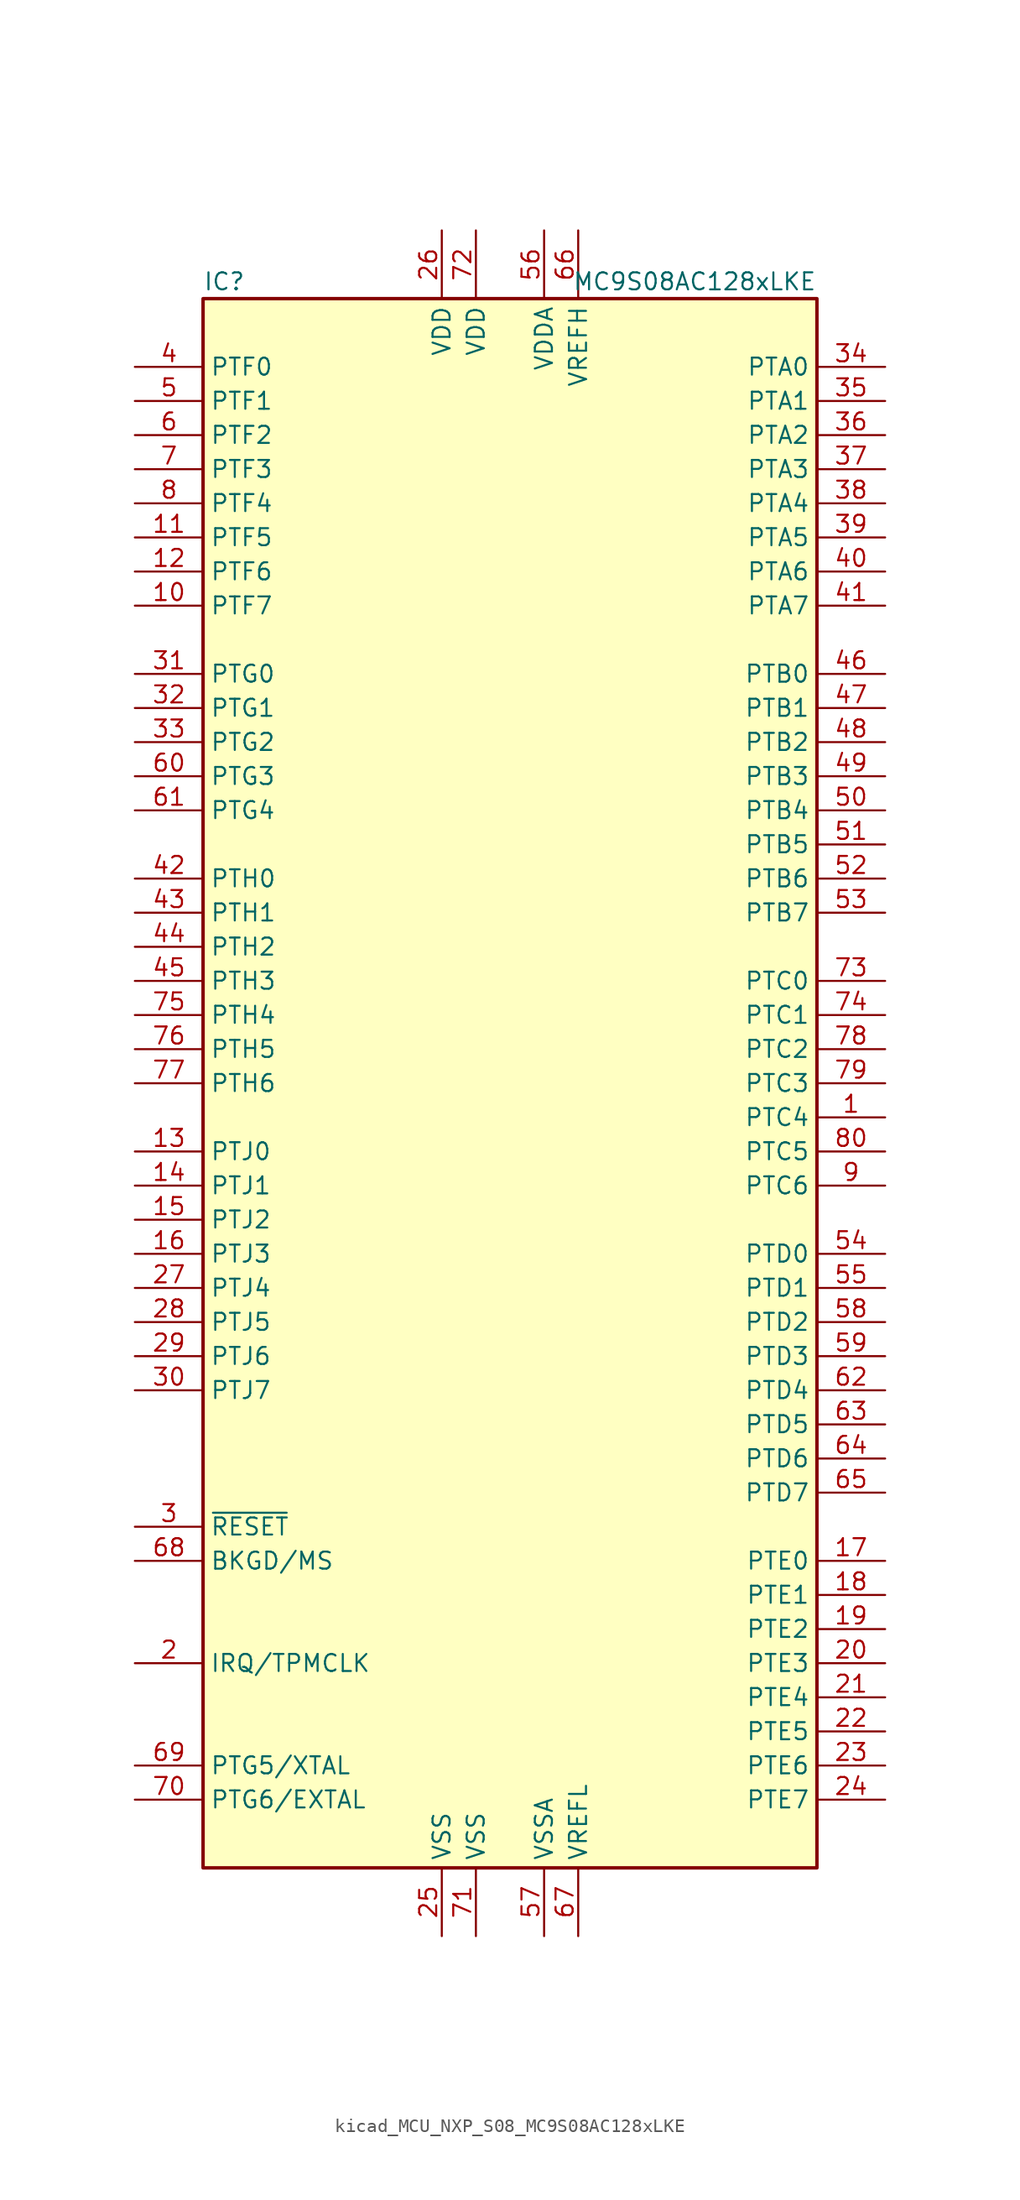
<source format=kicad_sym>
(kicad_symbol_lib
  (version 20220914)
  (generator kicad_symbol_editor)
  (symbol "kicad_MCU_NXP_S08_MC9S08AC128xLKE"
    (property "Reference" "IC"
      (at -22.86 59.69 0)
      (effects (font (size 1.27 1.27)) (justify left)))
    (property "Value" "MC9S08AC128xLKE"
      (at 22.86 59.69 0)
      (effects (font (size 1.27 1.27)) (justify right)))
    (symbol "kicad_MCU_NXP_S08_MC9S08AC128xLKE_0_1"
      (rectangle (start -22.86 58.42) (end 22.86 -58.42) (stroke (width 0.254) (type default)) (fill (type background))))
    (symbol "kicad_MCU_NXP_S08_MC9S08AC128xLKE_1_1"
      (pin bidirectional line (at 27.94 -2.54 180) (length 5.08) (name "PTC4" (effects (font (size 1.27 1.27)))) (number "1" (effects (font (size 1.27 1.27)))))
      (pin bidirectional line (at -27.94 35.56 0) (length 5.08) (name "PTF7" (effects (font (size 1.27 1.27)))) (number "10" (effects (font (size 1.27 1.27)))))
      (pin bidirectional line (at -27.94 40.64 0) (length 5.08) (name "PTF5" (effects (font (size 1.27 1.27)))) (number "11" (effects (font (size 1.27 1.27)))))
      (pin bidirectional line (at -27.94 38.1 0) (length 5.08) (name "PTF6" (effects (font (size 1.27 1.27)))) (number "12" (effects (font (size 1.27 1.27)))))
      (pin bidirectional line (at -27.94 -5.08 0) (length 5.08) (name "PTJ0" (effects (font (size 1.27 1.27)))) (number "13" (effects (font (size 1.27 1.27)))))
      (pin bidirectional line (at -27.94 -7.62 0) (length 5.08) (name "PTJ1" (effects (font (size 1.27 1.27)))) (number "14" (effects (font (size 1.27 1.27)))))
      (pin bidirectional line (at -27.94 -10.16 0) (length 5.08) (name "PTJ2" (effects (font (size 1.27 1.27)))) (number "15" (effects (font (size 1.27 1.27)))))
      (pin bidirectional line (at -27.94 -12.7 0) (length 5.08) (name "PTJ3" (effects (font (size 1.27 1.27)))) (number "16" (effects (font (size 1.27 1.27)))))
      (pin bidirectional line (at 27.94 -35.56 180) (length 5.08) (name "PTE0" (effects (font (size 1.27 1.27)))) (number "17" (effects (font (size 1.27 1.27)))))
      (pin bidirectional line (at 27.94 -38.1 180) (length 5.08) (name "PTE1" (effects (font (size 1.27 1.27)))) (number "18" (effects (font (size 1.27 1.27)))))
      (pin bidirectional line (at 27.94 -40.64 180) (length 5.08) (name "PTE2" (effects (font (size 1.27 1.27)))) (number "19" (effects (font (size 1.27 1.27)))))
      (pin input line (at -27.94 -43.18 0) (length 5.08) (name "IRQ/TPMCLK" (effects (font (size 1.27 1.27)))) (number "2" (effects (font (size 1.27 1.27)))))
      (pin bidirectional line (at 27.94 -43.18 180) (length 5.08) (name "PTE3" (effects (font (size 1.27 1.27)))) (number "20" (effects (font (size 1.27 1.27)))))
      (pin bidirectional line (at 27.94 -45.72 180) (length 5.08) (name "PTE4" (effects (font (size 1.27 1.27)))) (number "21" (effects (font (size 1.27 1.27)))))
      (pin bidirectional line (at 27.94 -48.26 180) (length 5.08) (name "PTE5" (effects (font (size 1.27 1.27)))) (number "22" (effects (font (size 1.27 1.27)))))
      (pin bidirectional line (at 27.94 -50.8 180) (length 5.08) (name "PTE6" (effects (font (size 1.27 1.27)))) (number "23" (effects (font (size 1.27 1.27)))))
      (pin bidirectional line (at 27.94 -53.34 180) (length 5.08) (name "PTE7" (effects (font (size 1.27 1.27)))) (number "24" (effects (font (size 1.27 1.27)))))
      (pin power_in line (at -5.08 -63.5 90) (length 5.08) (name "VSS" (effects (font (size 1.27 1.27)))) (number "25" (effects (font (size 1.27 1.27)))))
      (pin power_in line (at -5.08 63.5 270) (length 5.08) (name "VDD" (effects (font (size 1.27 1.27)))) (number "26" (effects (font (size 1.27 1.27)))))
      (pin bidirectional line (at -27.94 -15.24 0) (length 5.08) (name "PTJ4" (effects (font (size 1.27 1.27)))) (number "27" (effects (font (size 1.27 1.27)))))
      (pin bidirectional line (at -27.94 -17.78 0) (length 5.08) (name "PTJ5" (effects (font (size 1.27 1.27)))) (number "28" (effects (font (size 1.27 1.27)))))
      (pin bidirectional line (at -27.94 -20.32 0) (length 5.08) (name "PTJ6" (effects (font (size 1.27 1.27)))) (number "29" (effects (font (size 1.27 1.27)))))
      (pin input line (at -27.94 -33.02 0) (length 5.08) (name "~{RESET}" (effects (font (size 1.27 1.27)))) (number "3" (effects (font (size 1.27 1.27)))))
      (pin bidirectional line (at -27.94 -22.86 0) (length 5.08) (name "PTJ7" (effects (font (size 1.27 1.27)))) (number "30" (effects (font (size 1.27 1.27)))))
      (pin bidirectional line (at -27.94 30.48 0) (length 5.08) (name "PTG0" (effects (font (size 1.27 1.27)))) (number "31" (effects (font (size 1.27 1.27)))))
      (pin bidirectional line (at -27.94 27.94 0) (length 5.08) (name "PTG1" (effects (font (size 1.27 1.27)))) (number "32" (effects (font (size 1.27 1.27)))))
      (pin bidirectional line (at -27.94 25.4 0) (length 5.08) (name "PTG2" (effects (font (size 1.27 1.27)))) (number "33" (effects (font (size 1.27 1.27)))))
      (pin bidirectional line (at 27.94 53.34 180) (length 5.08) (name "PTA0" (effects (font (size 1.27 1.27)))) (number "34" (effects (font (size 1.27 1.27)))))
      (pin bidirectional line (at 27.94 50.8 180) (length 5.08) (name "PTA1" (effects (font (size 1.27 1.27)))) (number "35" (effects (font (size 1.27 1.27)))))
      (pin bidirectional line (at 27.94 48.26 180) (length 5.08) (name "PTA2" (effects (font (size 1.27 1.27)))) (number "36" (effects (font (size 1.27 1.27)))))
      (pin bidirectional line (at 27.94 45.72 180) (length 5.08) (name "PTA3" (effects (font (size 1.27 1.27)))) (number "37" (effects (font (size 1.27 1.27)))))
      (pin bidirectional line (at 27.94 43.18 180) (length 5.08) (name "PTA4" (effects (font (size 1.27 1.27)))) (number "38" (effects (font (size 1.27 1.27)))))
      (pin bidirectional line (at 27.94 40.64 180) (length 5.08) (name "PTA5" (effects (font (size 1.27 1.27)))) (number "39" (effects (font (size 1.27 1.27)))))
      (pin bidirectional line (at -27.94 53.34 0) (length 5.08) (name "PTF0" (effects (font (size 1.27 1.27)))) (number "4" (effects (font (size 1.27 1.27)))))
      (pin bidirectional line (at 27.94 38.1 180) (length 5.08) (name "PTA6" (effects (font (size 1.27 1.27)))) (number "40" (effects (font (size 1.27 1.27)))))
      (pin bidirectional line (at 27.94 35.56 180) (length 5.08) (name "PTA7" (effects (font (size 1.27 1.27)))) (number "41" (effects (font (size 1.27 1.27)))))
      (pin bidirectional line (at -27.94 15.24 0) (length 5.08) (name "PTH0" (effects (font (size 1.27 1.27)))) (number "42" (effects (font (size 1.27 1.27)))))
      (pin bidirectional line (at -27.94 12.7 0) (length 5.08) (name "PTH1" (effects (font (size 1.27 1.27)))) (number "43" (effects (font (size 1.27 1.27)))))
      (pin bidirectional line (at -27.94 10.16 0) (length 5.08) (name "PTH2" (effects (font (size 1.27 1.27)))) (number "44" (effects (font (size 1.27 1.27)))))
      (pin bidirectional line (at -27.94 7.62 0) (length 5.08) (name "PTH3" (effects (font (size 1.27 1.27)))) (number "45" (effects (font (size 1.27 1.27)))))
      (pin bidirectional line (at 27.94 30.48 180) (length 5.08) (name "PTB0" (effects (font (size 1.27 1.27)))) (number "46" (effects (font (size 1.27 1.27)))))
      (pin bidirectional line (at 27.94 27.94 180) (length 5.08) (name "PTB1" (effects (font (size 1.27 1.27)))) (number "47" (effects (font (size 1.27 1.27)))))
      (pin bidirectional line (at 27.94 25.4 180) (length 5.08) (name "PTB2" (effects (font (size 1.27 1.27)))) (number "48" (effects (font (size 1.27 1.27)))))
      (pin bidirectional line (at 27.94 22.86 180) (length 5.08) (name "PTB3" (effects (font (size 1.27 1.27)))) (number "49" (effects (font (size 1.27 1.27)))))
      (pin bidirectional line (at -27.94 50.8 0) (length 5.08) (name "PTF1" (effects (font (size 1.27 1.27)))) (number "5" (effects (font (size 1.27 1.27)))))
      (pin bidirectional line (at 27.94 20.32 180) (length 5.08) (name "PTB4" (effects (font (size 1.27 1.27)))) (number "50" (effects (font (size 1.27 1.27)))))
      (pin bidirectional line (at 27.94 17.78 180) (length 5.08) (name "PTB5" (effects (font (size 1.27 1.27)))) (number "51" (effects (font (size 1.27 1.27)))))
      (pin bidirectional line (at 27.94 15.24 180) (length 5.08) (name "PTB6" (effects (font (size 1.27 1.27)))) (number "52" (effects (font (size 1.27 1.27)))))
      (pin bidirectional line (at 27.94 12.7 180) (length 5.08) (name "PTB7" (effects (font (size 1.27 1.27)))) (number "53" (effects (font (size 1.27 1.27)))))
      (pin bidirectional line (at 27.94 -12.7 180) (length 5.08) (name "PTD0" (effects (font (size 1.27 1.27)))) (number "54" (effects (font (size 1.27 1.27)))))
      (pin bidirectional line (at 27.94 -15.24 180) (length 5.08) (name "PTD1" (effects (font (size 1.27 1.27)))) (number "55" (effects (font (size 1.27 1.27)))))
      (pin power_in line (at 2.54 63.5 270) (length 5.08) (name "VDDA" (effects (font (size 1.27 1.27)))) (number "56" (effects (font (size 1.27 1.27)))))
      (pin power_in line (at 2.54 -63.5 90) (length 5.08) (name "VSSA" (effects (font (size 1.27 1.27)))) (number "57" (effects (font (size 1.27 1.27)))))
      (pin bidirectional line (at 27.94 -17.78 180) (length 5.08) (name "PTD2" (effects (font (size 1.27 1.27)))) (number "58" (effects (font (size 1.27 1.27)))))
      (pin bidirectional line (at 27.94 -20.32 180) (length 5.08) (name "PTD3" (effects (font (size 1.27 1.27)))) (number "59" (effects (font (size 1.27 1.27)))))
      (pin bidirectional line (at -27.94 48.26 0) (length 5.08) (name "PTF2" (effects (font (size 1.27 1.27)))) (number "6" (effects (font (size 1.27 1.27)))))
      (pin bidirectional line (at -27.94 22.86 0) (length 5.08) (name "PTG3" (effects (font (size 1.27 1.27)))) (number "60" (effects (font (size 1.27 1.27)))))
      (pin bidirectional line (at -27.94 20.32 0) (length 5.08) (name "PTG4" (effects (font (size 1.27 1.27)))) (number "61" (effects (font (size 1.27 1.27)))))
      (pin bidirectional line (at 27.94 -22.86 180) (length 5.08) (name "PTD4" (effects (font (size 1.27 1.27)))) (number "62" (effects (font (size 1.27 1.27)))))
      (pin bidirectional line (at 27.94 -25.4 180) (length 5.08) (name "PTD5" (effects (font (size 1.27 1.27)))) (number "63" (effects (font (size 1.27 1.27)))))
      (pin bidirectional line (at 27.94 -27.94 180) (length 5.08) (name "PTD6" (effects (font (size 1.27 1.27)))) (number "64" (effects (font (size 1.27 1.27)))))
      (pin bidirectional line (at 27.94 -30.48 180) (length 5.08) (name "PTD7" (effects (font (size 1.27 1.27)))) (number "65" (effects (font (size 1.27 1.27)))))
      (pin power_in line (at 5.08 63.5 270) (length 5.08) (name "VREFH" (effects (font (size 1.27 1.27)))) (number "66" (effects (font (size 1.27 1.27)))))
      (pin power_in line (at 5.08 -63.5 90) (length 5.08) (name "VREFL" (effects (font (size 1.27 1.27)))) (number "67" (effects (font (size 1.27 1.27)))))
      (pin bidirectional line (at -27.94 -35.56 0) (length 5.08) (name "BKGD/MS" (effects (font (size 1.27 1.27)))) (number "68" (effects (font (size 1.27 1.27)))))
      (pin bidirectional line (at -27.94 -50.8 0) (length 5.08) (name "PTG5/XTAL" (effects (font (size 1.27 1.27)))) (number "69" (effects (font (size 1.27 1.27)))))
      (pin bidirectional line (at -27.94 45.72 0) (length 5.08) (name "PTF3" (effects (font (size 1.27 1.27)))) (number "7" (effects (font (size 1.27 1.27)))))
      (pin bidirectional line (at -27.94 -53.34 0) (length 5.08) (name "PTG6/EXTAL" (effects (font (size 1.27 1.27)))) (number "70" (effects (font (size 1.27 1.27)))))
      (pin power_in line (at -2.54 -63.5 90) (length 5.08) (name "VSS" (effects (font (size 1.27 1.27)))) (number "71" (effects (font (size 1.27 1.27)))))
      (pin power_in line (at -2.54 63.5 270) (length 5.08) (name "VDD" (effects (font (size 1.27 1.27)))) (number "72" (effects (font (size 1.27 1.27)))))
      (pin bidirectional line (at 27.94 7.62 180) (length 5.08) (name "PTC0" (effects (font (size 1.27 1.27)))) (number "73" (effects (font (size 1.27 1.27)))))
      (pin bidirectional line (at 27.94 5.08 180) (length 5.08) (name "PTC1" (effects (font (size 1.27 1.27)))) (number "74" (effects (font (size 1.27 1.27)))))
      (pin bidirectional line (at -27.94 5.08 0) (length 5.08) (name "PTH4" (effects (font (size 1.27 1.27)))) (number "75" (effects (font (size 1.27 1.27)))))
      (pin bidirectional line (at -27.94 2.54 0) (length 5.08) (name "PTH5" (effects (font (size 1.27 1.27)))) (number "76" (effects (font (size 1.27 1.27)))))
      (pin bidirectional line (at -27.94 0 0) (length 5.08) (name "PTH6" (effects (font (size 1.27 1.27)))) (number "77" (effects (font (size 1.27 1.27)))))
      (pin bidirectional line (at 27.94 2.54 180) (length 5.08) (name "PTC2" (effects (font (size 1.27 1.27)))) (number "78" (effects (font (size 1.27 1.27)))))
      (pin bidirectional line (at 27.94 0 180) (length 5.08) (name "PTC3" (effects (font (size 1.27 1.27)))) (number "79" (effects (font (size 1.27 1.27)))))
      (pin bidirectional line (at -27.94 43.18 0) (length 5.08) (name "PTF4" (effects (font (size 1.27 1.27)))) (number "8" (effects (font (size 1.27 1.27)))))
      (pin bidirectional line (at 27.94 -5.08 180) (length 5.08) (name "PTC5" (effects (font (size 1.27 1.27)))) (number "80" (effects (font (size 1.27 1.27)))))
      (pin bidirectional line (at 27.94 -7.62 180) (length 5.08) (name "PTC6" (effects (font (size 1.27 1.27)))) (number "9" (effects (font (size 1.27 1.27))))))))
</source>
